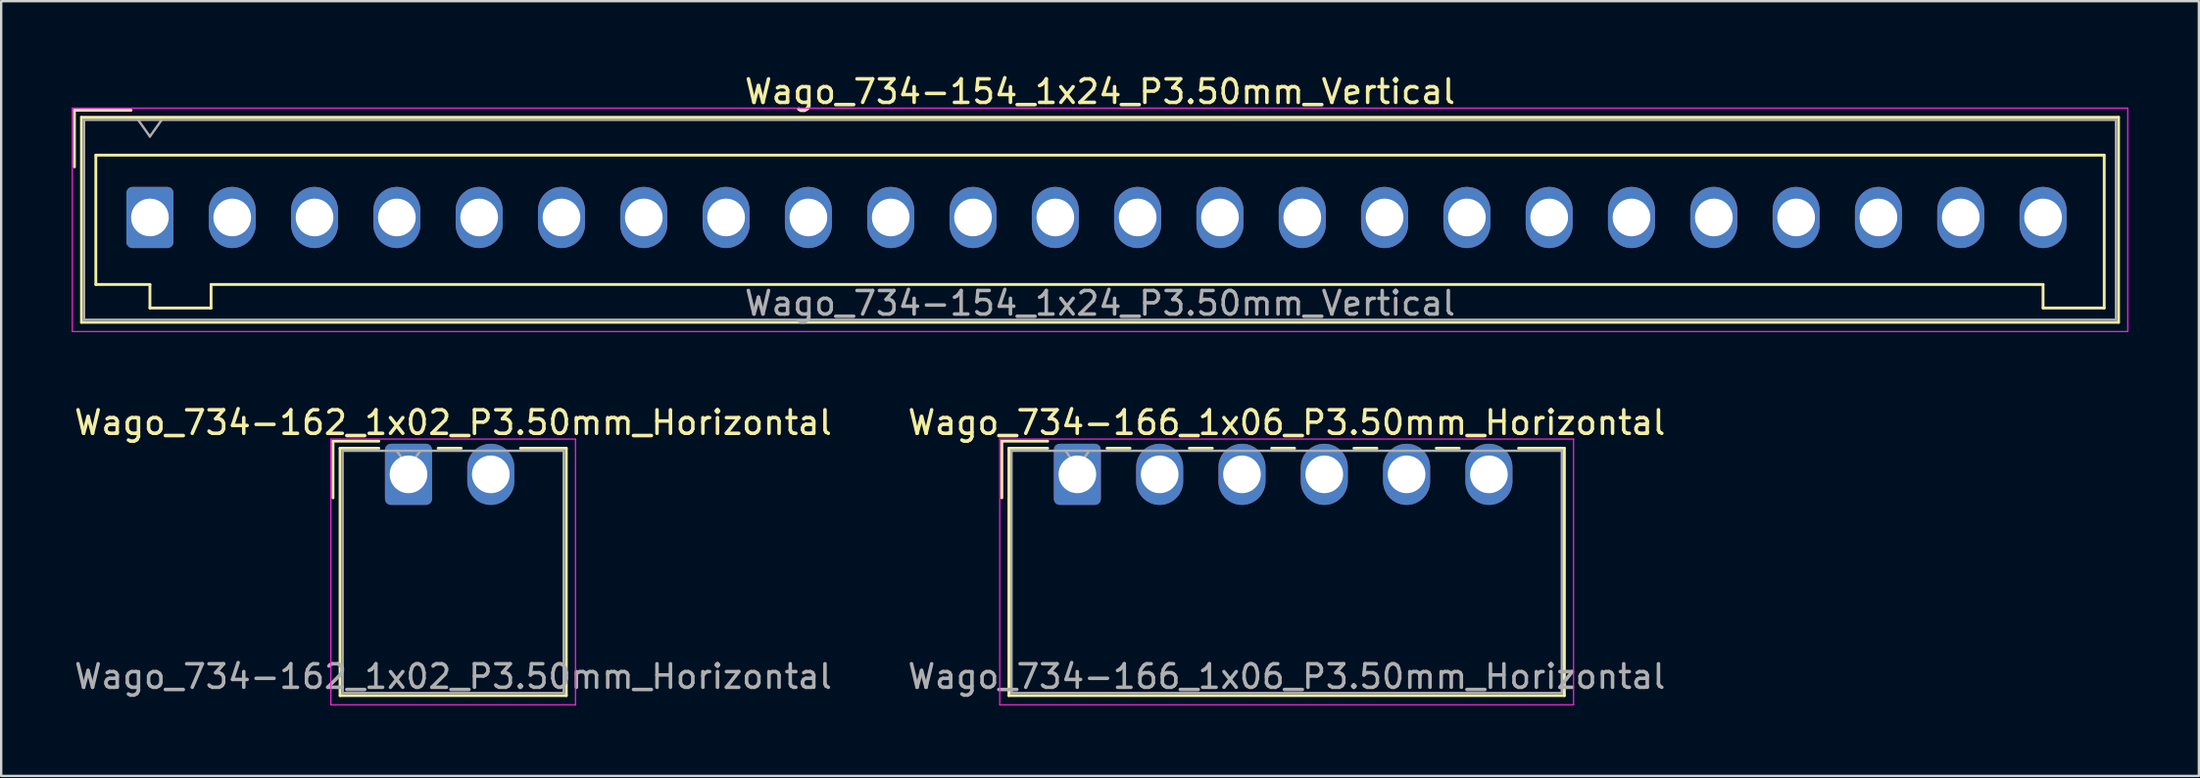
<source format=kicad_pcb>
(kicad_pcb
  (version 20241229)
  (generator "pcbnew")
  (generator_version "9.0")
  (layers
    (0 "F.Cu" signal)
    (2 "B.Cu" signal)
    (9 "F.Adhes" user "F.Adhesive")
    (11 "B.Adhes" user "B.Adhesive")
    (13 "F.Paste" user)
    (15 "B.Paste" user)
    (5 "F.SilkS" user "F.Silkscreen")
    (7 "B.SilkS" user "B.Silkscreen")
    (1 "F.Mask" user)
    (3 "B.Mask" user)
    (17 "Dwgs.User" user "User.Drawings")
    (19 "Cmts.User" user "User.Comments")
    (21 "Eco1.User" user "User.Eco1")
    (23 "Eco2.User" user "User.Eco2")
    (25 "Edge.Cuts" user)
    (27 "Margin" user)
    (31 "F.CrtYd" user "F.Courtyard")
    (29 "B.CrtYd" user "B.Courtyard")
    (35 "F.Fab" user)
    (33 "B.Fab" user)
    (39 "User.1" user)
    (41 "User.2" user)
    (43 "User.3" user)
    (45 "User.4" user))
  (footprint "Wago_734-162_1x02_P3.50mm_Horizontal"
    (layer "F.Cu")
    (at 14.32 17.122)
    (property "Reference" "Wago_734-162_1x02_P3.50mm_Horizontal" (at 1.9 -2.2 0) (layer "F.SilkS") (effects (font (size 1 1) (thickness 0.15))))
    (attr through_hole)
    (fp_line (start -3.21 -1.41) (end -1.26 -1.41) (stroke (width 0.12) (type solid)) (layer "F.SilkS"))
    (fp_line (start -3.21 1) (end -3.21 -1.41) (stroke (width 0.12) (type solid)) (layer "F.SilkS"))
    (fp_line (start -2.91 -1.11) (end -2.91 9.41) (stroke (width 0.12) (type solid)) (layer "F.SilkS"))
    (fp_line (start -2.91 9.41) (end 6.71 9.41) (stroke (width 0.12) (type solid)) (layer "F.SilkS"))
    (fp_line (start -1.26 -1.11) (end -2.91 -1.11) (stroke (width 0.12) (type solid)) (layer "F.SilkS"))
    (fp_line (start 1.26 -1.11) (end 2.24 -1.11) (stroke (width 0.12) (type solid)) (layer "F.SilkS"))
    (fp_line (start 6.71 -1.11) (end 4.76 -1.11) (stroke (width 0.12) (type solid)) (layer "F.SilkS"))
    (fp_line (start 6.71 9.41) (end 6.71 -1.11) (stroke (width 0.12) (type solid)) (layer "F.SilkS"))
    (fp_line (start -3.3 -1.5) (end -3.3 9.8) (stroke (width 0.05) (type solid)) (layer "F.CrtYd"))
    (fp_line (start -3.3 9.8) (end 7.1 9.8) (stroke (width 0.05) (type solid)) (layer "F.CrtYd"))
    (fp_line (start 7.1 -1.5) (end -3.3 -1.5) (stroke (width 0.05) (type solid)) (layer "F.CrtYd"))
    (fp_line (start 7.1 9.8) (end 7.1 -1.5) (stroke (width 0.05) (type solid)) (layer "F.CrtYd"))
    (fp_line (start -2.8 -1) (end -2.8 9.3) (stroke (width 0.1) (type solid)) (layer "F.Fab"))
    (fp_line (start -2.8 9.3) (end 6.6 9.3) (stroke (width 0.1) (type solid)) (layer "F.Fab"))
    (fp_line (start -0.5 -1) (end 0 -0.293) (stroke (width 0.1) (type solid)) (layer "F.Fab"))
    (fp_line (start 0 -0.293) (end 0.5 -1) (stroke (width 0.1) (type solid)) (layer "F.Fab"))
    (fp_line (start 6.6 -1) (end -2.8 -1) (stroke (width 0.1) (type solid)) (layer "F.Fab"))
    (fp_line (start 6.6 9.3) (end 6.6 -1) (stroke (width 0.1) (type solid)) (layer "F.Fab"))
    (fp_text user "${REFERENCE}" (at 1.9 8.6 0) (layer "F.Fab") (effects (font (size 1 1) (thickness 0.15))))
    (pad "1" thru_hole roundrect (at 0 0) (size 2 2.6) (drill 1.6) (layers "*.Cu" "*.Mask") (roundrect_rratio 0.125))
    (pad "2" thru_hole oval (at 3.5 0) (size 2 2.6) (drill 1.6) (layers "*.Cu" "*.Mask")))
  (footprint "Wago_734-166_1x06_P3.50mm_Horizontal"
    (layer "F.Cu")
    (at 42.761 17.122)
    (property "Reference" "Wago_734-166_1x06_P3.50mm_Horizontal" (at 8.9 -2.2 0) (layer "F.SilkS") (effects (font (size 1 1) (thickness 0.15))))
    (attr through_hole)
    (fp_line (start -3.21 -1.41) (end -1.26 -1.41) (stroke (width 0.12) (type solid)) (layer "F.SilkS"))
    (fp_line (start -3.21 1) (end -3.21 -1.41) (stroke (width 0.12) (type solid)) (layer "F.SilkS"))
    (fp_line (start -2.91 -1.11) (end -2.91 9.41) (stroke (width 0.12) (type solid)) (layer "F.SilkS"))
    (fp_line (start -2.91 9.41) (end 20.71 9.41) (stroke (width 0.12) (type solid)) (layer "F.SilkS"))
    (fp_line (start -1.26 -1.11) (end -2.91 -1.11) (stroke (width 0.12) (type solid)) (layer "F.SilkS"))
    (fp_line (start 1.26 -1.11) (end 2.24 -1.11) (stroke (width 0.12) (type solid)) (layer "F.SilkS"))
    (fp_line (start 4.76 -1.11) (end 5.74 -1.11) (stroke (width 0.12) (type solid)) (layer "F.SilkS"))
    (fp_line (start 8.26 -1.11) (end 9.24 -1.11) (stroke (width 0.12) (type solid)) (layer "F.SilkS"))
    (fp_line (start 11.76 -1.11) (end 12.74 -1.11) (stroke (width 0.12) (type solid)) (layer "F.SilkS"))
    (fp_line (start 15.26 -1.11) (end 16.24 -1.11) (stroke (width 0.12) (type solid)) (layer "F.SilkS"))
    (fp_line (start 20.71 -1.11) (end 18.76 -1.11) (stroke (width 0.12) (type solid)) (layer "F.SilkS"))
    (fp_line (start 20.71 9.41) (end 20.71 -1.11) (stroke (width 0.12) (type solid)) (layer "F.SilkS"))
    (fp_line (start -3.3 -1.5) (end -3.3 9.8) (stroke (width 0.05) (type solid)) (layer "F.CrtYd"))
    (fp_line (start -3.3 9.8) (end 21.1 9.8) (stroke (width 0.05) (type solid)) (layer "F.CrtYd"))
    (fp_line (start 21.1 -1.5) (end -3.3 -1.5) (stroke (width 0.05) (type solid)) (layer "F.CrtYd"))
    (fp_line (start 21.1 9.8) (end 21.1 -1.5) (stroke (width 0.05) (type solid)) (layer "F.CrtYd"))
    (fp_line (start -2.8 -1) (end -2.8 9.3) (stroke (width 0.1) (type solid)) (layer "F.Fab"))
    (fp_line (start -2.8 9.3) (end 20.6 9.3) (stroke (width 0.1) (type solid)) (layer "F.Fab"))
    (fp_line (start -0.5 -1) (end 0 -0.293) (stroke (width 0.1) (type solid)) (layer "F.Fab"))
    (fp_line (start 0 -0.293) (end 0.5 -1) (stroke (width 0.1) (type solid)) (layer "F.Fab"))
    (fp_line (start 20.6 -1) (end -2.8 -1) (stroke (width 0.1) (type solid)) (layer "F.Fab"))
    (fp_line (start 20.6 9.3) (end 20.6 -1) (stroke (width 0.1) (type solid)) (layer "F.Fab"))
    (fp_text user "${REFERENCE}" (at 8.9 8.6 0) (layer "F.Fab") (effects (font (size 1 1) (thickness 0.15))))
    (pad "1" thru_hole roundrect (at 0 0) (size 2 2.6) (drill 1.6) (layers "*.Cu" "*.Mask") (roundrect_rratio 0.125))
    (pad "2" thru_hole oval (at 3.5 0) (size 2 2.6) (drill 1.6) (layers "*.Cu" "*.Mask"))
    (pad "3" thru_hole oval (at 7 0) (size 2 2.6) (drill 1.6) (layers "*.Cu" "*.Mask"))
    (pad "4" thru_hole oval (at 10.5 0) (size 2 2.6) (drill 1.6) (layers "*.Cu" "*.Mask"))
    (pad "5" thru_hole oval (at 14 0) (size 2 2.6) (drill 1.6) (layers "*.Cu" "*.Mask"))
    (pad "6" thru_hole oval (at 17.5 0) (size 2 2.6) (drill 1.6) (layers "*.Cu" "*.Mask")))
  (footprint "Wago_734-154_1x24_P3.50mm_Vertical"
    (layer "F.Cu")
    (at 3.325 6.198)
    (property "Reference" "Wago_734-154_1x24_P3.50mm_Vertical" (at 40.4 -5.35 0) (layer "F.SilkS") (effects (font (size 1 1) (thickness 0.15))))
    (attr through_hole)
    (fp_line (start -3.21 -4.56) (end -0.8 -4.56) (stroke (width 0.12) (type solid)) (layer "F.SilkS"))
    (fp_line (start -3.21 -2.15) (end -3.21 -4.56) (stroke (width 0.12) (type solid)) (layer "F.SilkS"))
    (fp_line (start -2.91 -4.26) (end -2.91 4.46) (stroke (width 0.12) (type solid)) (layer "F.SilkS"))
    (fp_line (start -2.91 4.46) (end 83.71 4.46) (stroke (width 0.12) (type solid)) (layer "F.SilkS"))
    (fp_line (start -2.3 -2.65) (end -2.3 2.85) (stroke (width 0.12) (type solid)) (layer "F.SilkS"))
    (fp_line (start -2.3 2.85) (end 0 2.85) (stroke (width 0.12) (type solid)) (layer "F.SilkS"))
    (fp_line (start 0 2.85) (end 0 3.85) (stroke (width 0.12) (type solid)) (layer "F.SilkS"))
    (fp_line (start 0 3.85) (end 2.6 3.85) (stroke (width 0.12) (type solid)) (layer "F.SilkS"))
    (fp_line (start 2.6 2.85) (end 80.5 2.85) (stroke (width 0.12) (type solid)) (layer "F.SilkS"))
    (fp_line (start 2.6 3.85) (end 2.6 2.85) (stroke (width 0.12) (type solid)) (layer "F.SilkS"))
    (fp_line (start 80.5 2.85) (end 80.5 3.85) (stroke (width 0.12) (type solid)) (layer "F.SilkS"))
    (fp_line (start 80.5 3.85) (end 83.1 3.85) (stroke (width 0.12) (type solid)) (layer "F.SilkS"))
    (fp_line (start 83.1 -2.65) (end -2.3 -2.65) (stroke (width 0.12) (type solid)) (layer "F.SilkS"))
    (fp_line (start 83.1 3.85) (end 83.1 -2.65) (stroke (width 0.12) (type solid)) (layer "F.SilkS"))
    (fp_line (start 83.71 -4.26) (end -2.91 -4.26) (stroke (width 0.12) (type solid)) (layer "F.SilkS"))
    (fp_line (start 83.71 4.46) (end 83.71 -4.26) (stroke (width 0.12) (type solid)) (layer "F.SilkS"))
    (fp_line (start -3.3 -4.65) (end -3.3 4.85) (stroke (width 0.05) (type solid)) (layer "F.CrtYd"))
    (fp_line (start -3.3 4.85) (end 84.1 4.85) (stroke (width 0.05) (type solid)) (layer "F.CrtYd"))
    (fp_line (start 84.1 -4.65) (end -3.3 -4.65) (stroke (width 0.05) (type solid)) (layer "F.CrtYd"))
    (fp_line (start 84.1 4.85) (end 84.1 -4.65) (stroke (width 0.05) (type solid)) (layer "F.CrtYd"))
    (fp_line (start -2.8 -4.15) (end -2.8 4.35) (stroke (width 0.1) (type solid)) (layer "F.Fab"))
    (fp_line (start -2.8 4.35) (end 83.6 4.35) (stroke (width 0.1) (type solid)) (layer "F.Fab"))
    (fp_line (start -0.5 -4.15) (end 0 -3.443) (stroke (width 0.1) (type solid)) (layer "F.Fab"))
    (fp_line (start 0 -3.443) (end 0.5 -4.15) (stroke (width 0.1) (type solid)) (layer "F.Fab"))
    (fp_line (start 83.6 -4.15) (end -2.8 -4.15) (stroke (width 0.1) (type solid)) (layer "F.Fab"))
    (fp_line (start 83.6 4.35) (end 83.6 -4.15) (stroke (width 0.1) (type solid)) (layer "F.Fab"))
    (fp_text user "${REFERENCE}" (at 40.4 3.65 0) (layer "F.Fab") (effects (font (size 1 1) (thickness 0.15))))
    (pad "1" thru_hole roundrect (at 0 0) (size 2 2.6) (drill 1.6) (layers "*.Cu" "*.Mask") (roundrect_rratio 0.125))
    (pad "2" thru_hole oval (at 3.5 0) (size 2 2.6) (drill 1.6) (layers "*.Cu" "*.Mask"))
    (pad "3" thru_hole oval (at 7 0) (size 2 2.6) (drill 1.6) (layers "*.Cu" "*.Mask"))
    (pad "4" thru_hole oval (at 10.5 0) (size 2 2.6) (drill 1.6) (layers "*.Cu" "*.Mask"))
    (pad "5" thru_hole oval (at 14 0) (size 2 2.6) (drill 1.6) (layers "*.Cu" "*.Mask"))
    (pad "6" thru_hole oval (at 17.5 0) (size 2 2.6) (drill 1.6) (layers "*.Cu" "*.Mask"))
    (pad "7" thru_hole oval (at 21 0) (size 2 2.6) (drill 1.6) (layers "*.Cu" "*.Mask"))
    (pad "8" thru_hole oval (at 24.5 0) (size 2 2.6) (drill 1.6) (layers "*.Cu" "*.Mask"))
    (pad "9" thru_hole oval (at 28 0) (size 2 2.6) (drill 1.6) (layers "*.Cu" "*.Mask"))
    (pad "10" thru_hole oval (at 31.5 0) (size 2 2.6) (drill 1.6) (layers "*.Cu" "*.Mask"))
    (pad "11" thru_hole oval (at 35 0) (size 2 2.6) (drill 1.6) (layers "*.Cu" "*.Mask"))
    (pad "12" thru_hole oval (at 38.5 0) (size 2 2.6) (drill 1.6) (layers "*.Cu" "*.Mask"))
    (pad "13" thru_hole oval (at 42 0) (size 2 2.6) (drill 1.6) (layers "*.Cu" "*.Mask"))
    (pad "14" thru_hole oval (at 45.5 0) (size 2 2.6) (drill 1.6) (layers "*.Cu" "*.Mask"))
    (pad "15" thru_hole oval (at 49 0) (size 2 2.6) (drill 1.6) (layers "*.Cu" "*.Mask"))
    (pad "16" thru_hole oval (at 52.5 0) (size 2 2.6) (drill 1.6) (layers "*.Cu" "*.Mask"))
    (pad "17" thru_hole oval (at 56 0) (size 2 2.6) (drill 1.6) (layers "*.Cu" "*.Mask"))
    (pad "18" thru_hole oval (at 59.5 0) (size 2 2.6) (drill 1.6) (layers "*.Cu" "*.Mask"))
    (pad "19" thru_hole oval (at 63 0) (size 2 2.6) (drill 1.6) (layers "*.Cu" "*.Mask"))
    (pad "20" thru_hole oval (at 66.5 0) (size 2 2.6) (drill 1.6) (layers "*.Cu" "*.Mask"))
    (pad "21" thru_hole oval (at 70 0) (size 2 2.6) (drill 1.6) (layers "*.Cu" "*.Mask"))
    (pad "22" thru_hole oval (at 73.5 0) (size 2 2.6) (drill 1.6) (layers "*.Cu" "*.Mask"))
    (pad "23" thru_hole oval (at 77 0) (size 2 2.6) (drill 1.6) (layers "*.Cu" "*.Mask"))
    (pad "24" thru_hole oval (at 80.5 0) (size 2 2.6) (drill 1.6) (layers "*.Cu" "*.Mask")))
  (gr_rect
    (start -3 -3)
    (end 90.45 29.947)
    (stroke (width 0.1) (type default))
    (fill no)
    (layer "Edge.Cuts")))
</source>
